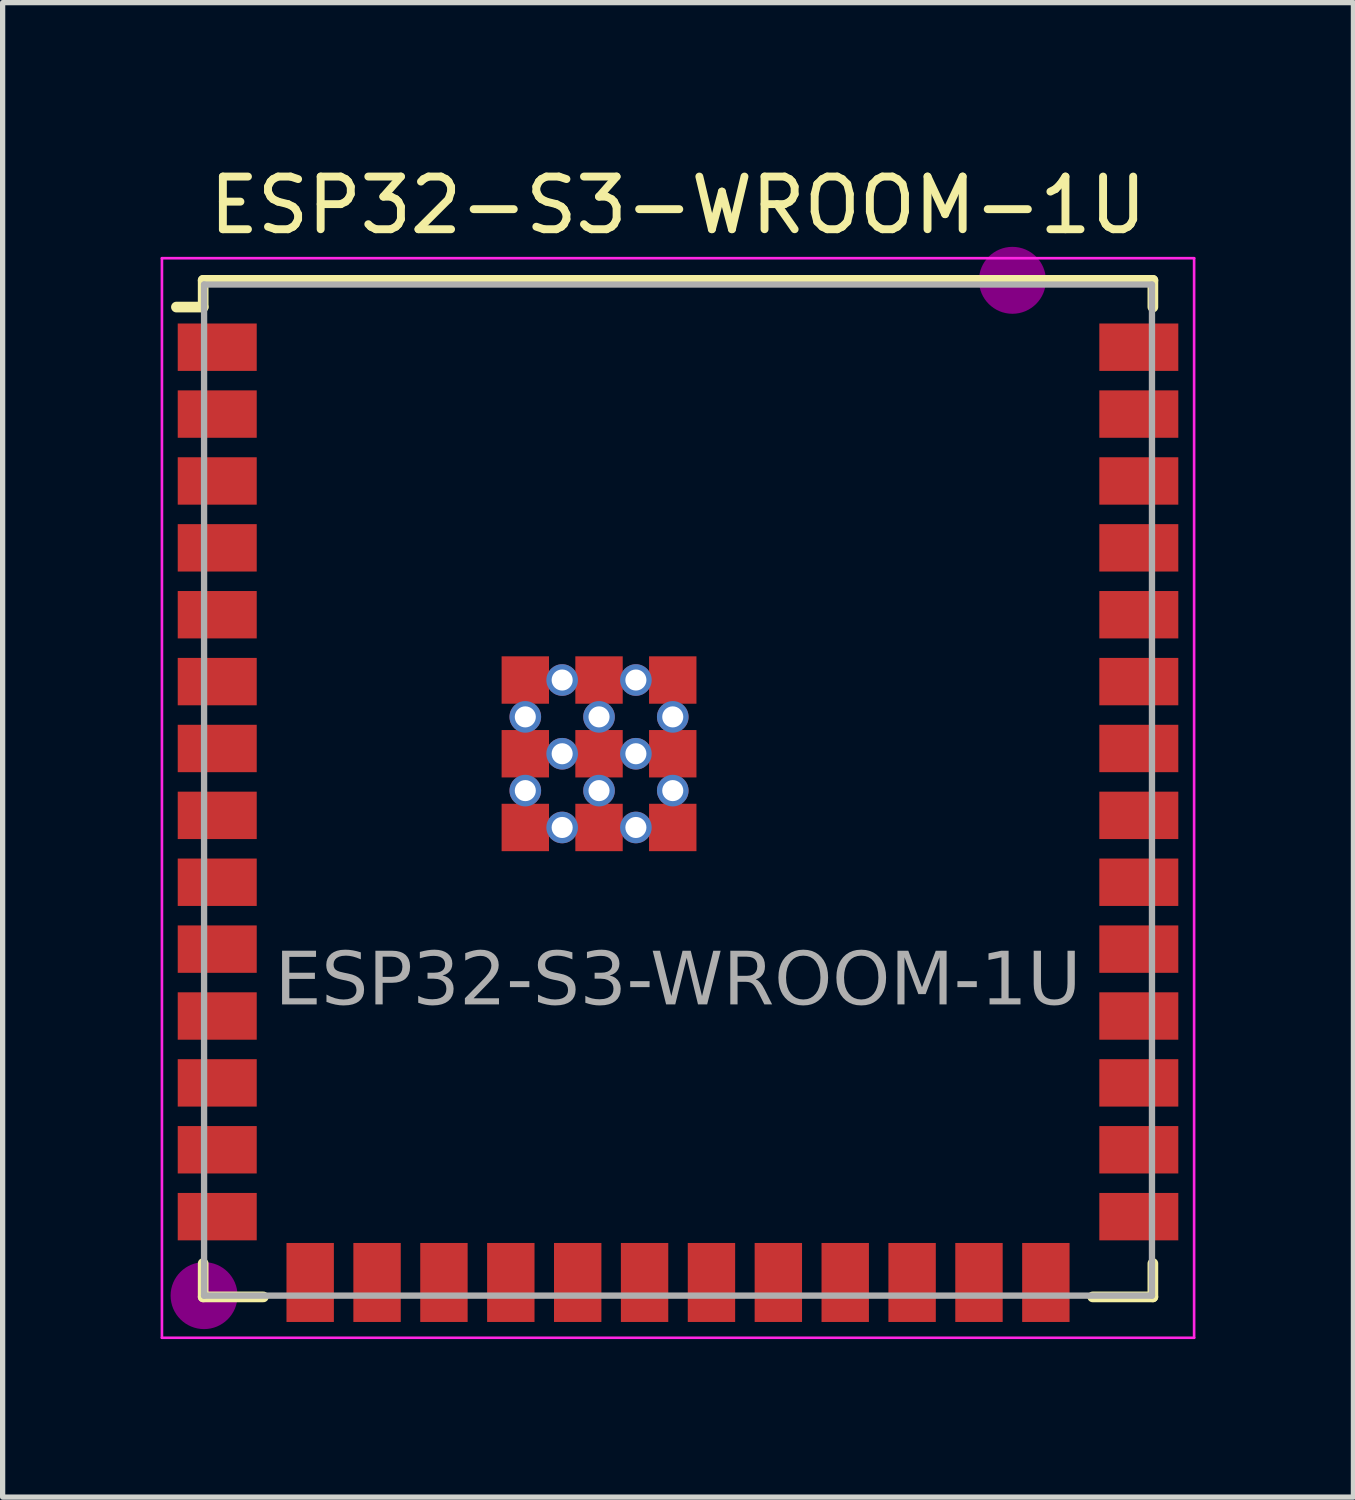
<source format=kicad_pcb>
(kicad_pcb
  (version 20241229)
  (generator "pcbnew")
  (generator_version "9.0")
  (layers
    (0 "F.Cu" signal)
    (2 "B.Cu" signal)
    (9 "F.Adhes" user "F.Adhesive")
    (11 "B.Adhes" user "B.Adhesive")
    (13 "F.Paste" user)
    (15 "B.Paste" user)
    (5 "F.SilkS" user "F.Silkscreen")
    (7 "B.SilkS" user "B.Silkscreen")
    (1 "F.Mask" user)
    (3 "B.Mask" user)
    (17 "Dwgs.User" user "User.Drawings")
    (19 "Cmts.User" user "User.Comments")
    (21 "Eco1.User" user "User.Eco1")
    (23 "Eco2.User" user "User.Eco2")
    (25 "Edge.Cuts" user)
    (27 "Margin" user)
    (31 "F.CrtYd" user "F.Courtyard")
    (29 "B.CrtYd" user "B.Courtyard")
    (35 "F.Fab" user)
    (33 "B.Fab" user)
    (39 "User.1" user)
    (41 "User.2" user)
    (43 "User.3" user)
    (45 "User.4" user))
  (footprint "ESP32-S3-WROOM-1U"
    (layer "F.Cu")
    (at 9.825 11.798)
    (property "Reference" "ESP32-S3-WROOM-1U" (at 0 -10.95 0) (layer "F.SilkS") (effects (font (size 1 1) (thickness 0.15))))
    (attr smd)
    (fp_line (start -9.525 -9.017) (end -9.017 -9.017) (stroke (width 0.203) (type solid)) (layer "F.SilkS"))
    (fp_line (start -9.017 -9.525) (end -9.017 -9.017) (stroke (width 0.203) (type solid)) (layer "F.SilkS"))
    (fp_line (start -9.017 9.144) (end -9.017 9.779) (stroke (width 0.203) (type solid)) (layer "F.SilkS"))
    (fp_line (start -9.017 9.779) (end -7.874 9.779) (stroke (width 0.203) (type solid)) (layer "F.SilkS"))
    (fp_line (start 9.017 -9.525) (end -9.017 -9.525) (stroke (width 0.203) (type solid)) (layer "F.SilkS"))
    (fp_line (start 9.017 -9.017) (end 9.017 -9.525) (stroke (width 0.203) (type solid)) (layer "F.SilkS"))
    (fp_line (start 9.017 9.144) (end 9.017 9.779) (stroke (width 0.203) (type solid)) (layer "F.SilkS"))
    (fp_line (start 9.017 9.779) (end 7.874 9.779) (stroke (width 0.203) (type solid)) (layer "F.SilkS"))
    (fp_circle (center -9 9.755) (end -8.682 9.755) (stroke (width 0.635) (type solid)) (fill yes) (layer "F.Adhes"))
    (fp_circle (center 6.35 -9.525) (end 6.668 -9.525) (stroke (width 0.635) (type solid)) (fill yes) (layer "F.Adhes"))
    (fp_line (start -9.8 -9.945) (end -9.8 10.555) (stroke (width 0.05) (type solid)) (layer "F.CrtYd"))
    (fp_line (start -9.8 10.555) (end 9.8 10.555) (stroke (width 0.05) (type solid)) (layer "F.CrtYd"))
    (fp_line (start 9.8 -9.945) (end -9.8 -9.945) (stroke (width 0.05) (type solid)) (layer "F.CrtYd"))
    (fp_line (start 9.8 -9.945) (end 9.8 10.555) (stroke (width 0.05) (type solid)) (layer "F.CrtYd"))
    (fp_line (start -9 -9.445) (end 9 -9.445) (stroke (width 0.12) (type solid)) (layer "F.Fab"))
    (fp_line (start -9 9.755) (end -9 -9.445) (stroke (width 0.12) (type solid)) (layer "F.Fab"))
    (fp_line (start 9 -9.445) (end 9 9.755) (stroke (width 0.12) (type solid)) (layer "F.Fab"))
    (fp_line (start 9 9.755) (end -9 9.755) (stroke (width 0.12) (type solid)) (layer "F.Fab"))
    (fp_text user "${REFERENCE}" (at 0 3.81 0) (layer "F.Fab") (effects (font (face "Tahoma") (size 1 1) (thickness 0.15))))
    (pad "1" smd rect (at -8.75 -8.255) (size 1.5 0.9) (layers "F.Cu" "F.Mask" "F.Paste"))
    (pad "2" smd rect (at -8.75 -6.985) (size 1.5 0.9) (layers "F.Cu" "F.Mask" "F.Paste"))
    (pad "3" smd rect (at -8.75 -5.715) (size 1.5 0.9) (layers "F.Cu" "F.Mask" "F.Paste"))
    (pad "4" smd rect (at -8.75 -4.445) (size 1.5 0.9) (layers "F.Cu" "F.Mask" "F.Paste"))
    (pad "5" smd rect (at -8.75 -3.175) (size 1.5 0.9) (layers "F.Cu" "F.Mask" "F.Paste"))
    (pad "6" smd rect (at -8.75 -1.905) (size 1.5 0.9) (layers "F.Cu" "F.Mask" "F.Paste"))
    (pad "7" smd rect (at -8.75 -0.635) (size 1.5 0.9) (layers "F.Cu" "F.Mask" "F.Paste"))
    (pad "8" smd rect (at -8.75 0.635) (size 1.5 0.9) (layers "F.Cu" "F.Mask" "F.Paste"))
    (pad "9" smd rect (at -8.75 1.905) (size 1.5 0.9) (layers "F.Cu" "F.Mask" "F.Paste"))
    (pad "10" smd rect (at -8.75 3.175) (size 1.5 0.9) (layers "F.Cu" "F.Mask" "F.Paste"))
    (pad "11" smd rect (at -8.75 4.445) (size 1.5 0.9) (layers "F.Cu" "F.Mask" "F.Paste"))
    (pad "12" smd rect (at -8.75 5.715) (size 1.5 0.9) (layers "F.Cu" "F.Mask" "F.Paste"))
    (pad "13" smd rect (at -8.75 6.985) (size 1.5 0.9) (layers "F.Cu" "F.Mask" "F.Paste"))
    (pad "14" smd rect (at -8.75 8.255) (size 1.5 0.9) (layers "F.Cu" "F.Mask" "F.Paste"))
    (pad "15" smd rect (at -6.985 9.505 90) (size 1.5 0.9) (layers "F.Cu" "F.Mask" "F.Paste"))
    (pad "16" smd rect (at -5.715 9.505 90) (size 1.5 0.9) (layers "F.Cu" "F.Mask" "F.Paste"))
    (pad "17" smd rect (at -4.445 9.505 90) (size 1.5 0.9) (layers "F.Cu" "F.Mask" "F.Paste"))
    (pad "18" smd rect (at -3.175 9.505 90) (size 1.5 0.9) (layers "F.Cu" "F.Mask" "F.Paste"))
    (pad "19" smd rect (at -1.905 9.505 90) (size 1.5 0.9) (layers "F.Cu" "F.Mask" "F.Paste"))
    (pad "20" smd rect (at -0.635 9.505 90) (size 1.5 0.9) (layers "F.Cu" "F.Mask" "F.Paste"))
    (pad "21" smd rect (at 0.635 9.505 90) (size 1.5 0.9) (layers "F.Cu" "F.Mask" "F.Paste"))
    (pad "22" smd rect (at 1.905 9.505 90) (size 1.5 0.9) (layers "F.Cu" "F.Mask" "F.Paste"))
    (pad "23" smd rect (at 3.175 9.505 90) (size 1.5 0.9) (layers "F.Cu" "F.Mask" "F.Paste"))
    (pad "24" smd rect (at 4.445 9.505 90) (size 1.5 0.9) (layers "F.Cu" "F.Mask" "F.Paste"))
    (pad "25" smd rect (at 5.715 9.505 90) (size 1.5 0.9) (layers "F.Cu" "F.Mask" "F.Paste"))
    (pad "26" smd rect (at 6.985 9.505 90) (size 1.5 0.9) (layers "F.Cu" "F.Mask" "F.Paste"))
    (pad "27" smd rect (at 8.75 8.255 180) (size 1.5 0.9) (layers "F.Cu" "F.Mask" "F.Paste"))
    (pad "28" smd rect (at 8.75 6.985 180) (size 1.5 0.9) (layers "F.Cu" "F.Mask" "F.Paste"))
    (pad "29" smd rect (at 8.75 5.715 180) (size 1.5 0.9) (layers "F.Cu" "F.Mask" "F.Paste"))
    (pad "30" smd rect (at 8.75 4.445 180) (size 1.5 0.9) (layers "F.Cu" "F.Mask" "F.Paste"))
    (pad "31" smd rect (at 8.75 3.175 180) (size 1.5 0.9) (layers "F.Cu" "F.Mask" "F.Paste"))
    (pad "32" smd rect (at 8.75 1.905 180) (size 1.5 0.9) (layers "F.Cu" "F.Mask" "F.Paste"))
    (pad "33" smd rect (at 8.75 0.635 180) (size 1.5 0.9) (layers "F.Cu" "F.Mask" "F.Paste"))
    (pad "34" smd rect (at 8.75 -0.635 180) (size 1.5 0.9) (layers "F.Cu" "F.Mask" "F.Paste"))
    (pad "35" smd rect (at 8.75 -1.905 180) (size 1.5 0.9) (layers "F.Cu" "F.Mask" "F.Paste"))
    (pad "36" smd rect (at 8.75 -3.175 180) (size 1.5 0.9) (layers "F.Cu" "F.Mask" "F.Paste"))
    (pad "37" smd rect (at 8.75 -4.445 180) (size 1.5 0.9) (layers "F.Cu" "F.Mask" "F.Paste"))
    (pad "38" smd rect (at 8.75 -5.715 180) (size 1.5 0.9) (layers "F.Cu" "F.Mask" "F.Paste"))
    (pad "39" smd rect (at 8.75 -6.985 180) (size 1.5 0.9) (layers "F.Cu" "F.Mask" "F.Paste"))
    (pad "40" smd rect (at 8.75 -8.255 180) (size 1.5 0.9) (layers "F.Cu" "F.Mask" "F.Paste"))
    (pad "41" smd rect (at -2.9 -1.935 180) (size 0.9 0.9) (layers "F.Cu" "F.Mask" "F.Paste"))
    (pad "41" thru_hole circle (at -2.9 -1.235) (size 0.6 0.6) (drill 0.4) (property pad_prop_heatsink) (layers "*.Cu" "*.Mask"))
    (pad "41" smd rect (at -2.9 -0.535 180) (size 0.9 0.9) (layers "F.Cu" "F.Mask" "F.Paste"))
    (pad "41" thru_hole circle (at -2.9 0.165) (size 0.6 0.6) (drill 0.4) (property pad_prop_heatsink) (layers "*.Cu" "*.Mask"))
    (pad "41" smd rect (at -2.9 0.865 180) (size 0.9 0.9) (layers "F.Cu" "F.Mask" "F.Paste"))
    (pad "41" thru_hole circle (at -2.2 -1.935 90) (size 0.6 0.6) (drill 0.4) (property pad_prop_heatsink) (layers "*.Cu" "*.Mask"))
    (pad "41" thru_hole circle (at -2.2 -0.535 90) (size 0.6 0.6) (drill 0.4) (property pad_prop_heatsink) (layers "*.Cu" "*.Mask"))
    (pad "41" thru_hole circle (at -2.2 0.865 90) (size 0.6 0.6) (drill 0.4) (property pad_prop_heatsink) (layers "*.Cu" "*.Mask"))
    (pad "41" smd rect (at -1.5 -1.935 180) (size 0.9 0.9) (layers "F.Cu" "F.Mask" "F.Paste"))
    (pad "41" thru_hole circle (at -1.5 -1.235) (size 0.6 0.6) (drill 0.4) (property pad_prop_heatsink) (layers "*.Cu" "*.Mask"))
    (pad "41" smd rect (at -1.5 -0.535 180) (size 0.9 0.9) (layers "F.Cu" "F.Mask" "F.Paste"))
    (pad "41" thru_hole circle (at -1.5 0.165) (size 0.6 0.6) (drill 0.4) (property pad_prop_heatsink) (layers "*.Cu" "*.Mask"))
    (pad "41" smd rect (at -1.5 0.865 180) (size 0.9 0.9) (layers "F.Cu" "F.Mask" "F.Paste"))
    (pad "41" thru_hole circle (at -0.8 -1.935 90) (size 0.6 0.6) (drill 0.4) (property pad_prop_heatsink) (layers "*.Cu" "*.Mask"))
    (pad "41" thru_hole circle (at -0.8 -0.535 90) (size 0.6 0.6) (drill 0.4) (property pad_prop_heatsink) (layers "*.Cu" "*.Mask"))
    (pad "41" thru_hole circle (at -0.8 0.865 90) (size 0.6 0.6) (drill 0.4) (property pad_prop_heatsink) (layers "*.Cu" "*.Mask"))
    (pad "41" smd rect (at -0.1 -1.935 180) (size 0.9 0.9) (layers "F.Cu" "F.Mask" "F.Paste"))
    (pad "41" thru_hole circle (at -0.1 -1.235) (size 0.6 0.6) (drill 0.4) (property pad_prop_heatsink) (layers "*.Cu" "*.Mask"))
    (pad "41" smd rect (at -0.1 -0.535 180) (size 0.9 0.9) (layers "F.Cu" "F.Mask" "F.Paste"))
    (pad "41" thru_hole circle (at -0.1 0.165) (size 0.6 0.6) (drill 0.4) (property pad_prop_heatsink) (layers "*.Cu" "*.Mask"))
    (pad "41" smd rect (at -0.1 0.865 180) (size 0.9 0.9) (layers "F.Cu" "F.Mask" "F.Paste")))
  (gr_rect
    (start -3 -3)
    (end 22.65 25.378)
    (stroke (width 0.1) (type default))
    (fill no)
    (layer "Edge.Cuts")))
</source>
